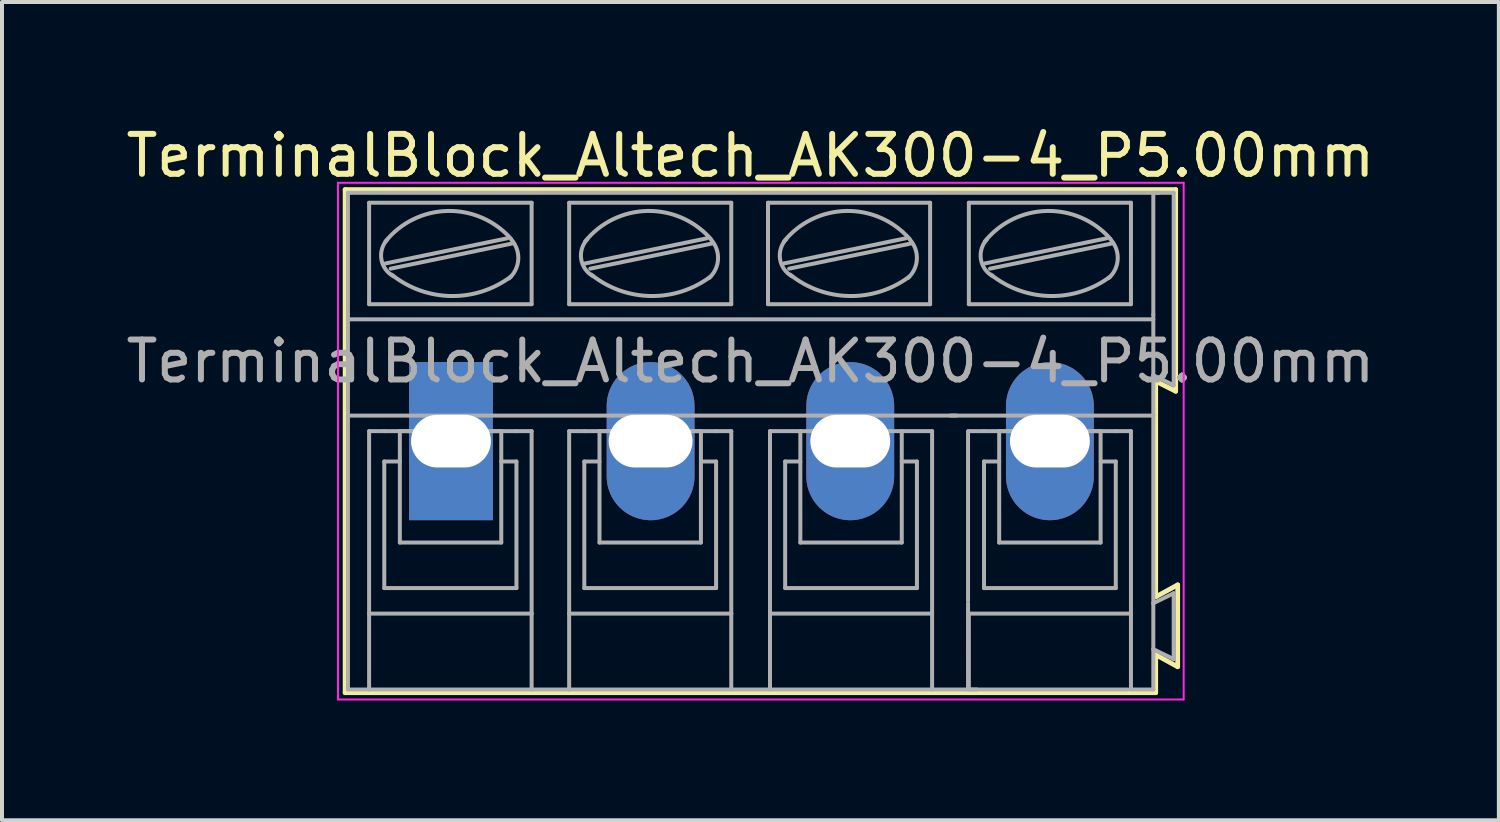
<source format=kicad_pcb>
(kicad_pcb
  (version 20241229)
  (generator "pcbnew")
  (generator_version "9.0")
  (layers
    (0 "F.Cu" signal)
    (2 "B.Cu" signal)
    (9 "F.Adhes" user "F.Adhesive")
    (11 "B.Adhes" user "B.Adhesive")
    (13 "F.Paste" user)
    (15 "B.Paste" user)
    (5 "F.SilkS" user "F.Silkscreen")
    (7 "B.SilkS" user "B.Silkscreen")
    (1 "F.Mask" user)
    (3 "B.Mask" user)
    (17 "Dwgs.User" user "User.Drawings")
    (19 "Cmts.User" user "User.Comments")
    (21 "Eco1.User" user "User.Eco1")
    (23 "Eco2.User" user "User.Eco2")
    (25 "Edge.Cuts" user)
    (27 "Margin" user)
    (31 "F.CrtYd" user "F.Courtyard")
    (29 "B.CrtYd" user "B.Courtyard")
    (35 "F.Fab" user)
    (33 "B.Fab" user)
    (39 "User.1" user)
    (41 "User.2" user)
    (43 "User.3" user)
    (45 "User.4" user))
  (footprint "TerminalBlock_Altech_AK300-4_P5.00mm"
    (layer "F.Cu")
    (at 8.244 7.998)
    (property "Reference" "TerminalBlock_Altech_AK300-4_P5.00mm" (at 7.5 -7.15 0) (layer "F.SilkS") (effects (font (size 1 1) (thickness 0.15))))
    (attr through_hole)
    (fp_line (start -2.65 -6.3) (end 18.15 -6.3) (stroke (width 0.12) (type solid)) (layer "F.SilkS"))
    (fp_line (start -2.65 6.3) (end -2.65 -6.3) (stroke (width 0.12) (type solid)) (layer "F.SilkS"))
    (fp_line (start 17.65 -1.5) (end 17.65 3.9) (stroke (width 0.12) (type solid)) (layer "F.SilkS"))
    (fp_line (start 17.65 3.9) (end 18.2 3.6) (stroke (width 0.12) (type solid)) (layer "F.SilkS"))
    (fp_line (start 17.65 5.35) (end 17.65 6.3) (stroke (width 0.12) (type solid)) (layer "F.SilkS"))
    (fp_line (start 17.65 6.3) (end -2.65 6.3) (stroke (width 0.12) (type solid)) (layer "F.SilkS"))
    (fp_line (start 18.15 -6.3) (end 18.15 -1.25) (stroke (width 0.12) (type solid)) (layer "F.SilkS"))
    (fp_line (start 18.15 -1.25) (end 17.65 -1.5) (stroke (width 0.12) (type solid)) (layer "F.SilkS"))
    (fp_line (start 18.2 3.6) (end 18.2 5.65) (stroke (width 0.12) (type solid)) (layer "F.SilkS"))
    (fp_line (start 18.2 5.65) (end 17.65 5.35) (stroke (width 0.12) (type solid)) (layer "F.SilkS"))
    (fp_line (start -2.83 -6.47) (end -2.83 6.47) (stroke (width 0.05) (type solid)) (layer "F.CrtYd"))
    (fp_line (start -2.83 -6.47) (end 18.35 -6.47) (stroke (width 0.05) (type solid)) (layer "F.CrtYd"))
    (fp_line (start 18.35 6.47) (end -2.83 6.47) (stroke (width 0.05) (type solid)) (layer "F.CrtYd"))
    (fp_line (start 18.35 6.47) (end 18.35 -6.47) (stroke (width 0.05) (type solid)) (layer "F.CrtYd"))
    (fp_line (start -2.58 -3.17) (end -2.58 -6.22) (stroke (width 0.1) (type solid)) (layer "F.Fab"))
    (fp_line (start -2.58 -0.64) (end -2.58 -3.17) (stroke (width 0.1) (type solid)) (layer "F.Fab"))
    (fp_line (start -2.58 6.22) (end -2.58 -0.64) (stroke (width 0.1) (type solid)) (layer "F.Fab"))
    (fp_line (start -2.58 6.22) (end -2.05 6.22) (stroke (width 0.1) (type solid)) (layer "F.Fab"))
    (fp_line (start -2.05 -3.43) (end -2.05 -5.97) (stroke (width 0.1) (type solid)) (layer "F.Fab"))
    (fp_line (start -2.05 -0.25) (end -2.05 4.32) (stroke (width 0.1) (type solid)) (layer "F.Fab"))
    (fp_line (start -2.05 -0.25) (end -1.67 -0.25) (stroke (width 0.1) (type solid)) (layer "F.Fab"))
    (fp_line (start -2.05 4.32) (end -2.05 6.22) (stroke (width 0.1) (type solid)) (layer "F.Fab"))
    (fp_line (start -2.05 6.22) (end 2.02 6.22) (stroke (width 0.1) (type solid)) (layer "F.Fab"))
    (fp_line (start -1.67 0.51) (end -1.28 0.51) (stroke (width 0.1) (type solid)) (layer "F.Fab"))
    (fp_line (start -1.67 3.68) (end -1.67 0.51) (stroke (width 0.1) (type solid)) (layer "F.Fab"))
    (fp_line (start -1.64 -4.45) (end 1.41 -5.08) (stroke (width 0.1) (type solid)) (layer "F.Fab"))
    (fp_line (start -1.51 -4.32) (end 1.53 -4.95) (stroke (width 0.1) (type solid)) (layer "F.Fab"))
    (fp_line (start -1.28 -0.25) (end 1.26 -0.25) (stroke (width 0.1) (type solid)) (layer "F.Fab"))
    (fp_line (start -1.28 2.54) (end -1.28 -0.25) (stroke (width 0.1) (type solid)) (layer "F.Fab"))
    (fp_line (start -1.28 2.54) (end 1.26 2.54) (stroke (width 0.1) (type solid)) (layer "F.Fab"))
    (fp_line (start 1.26 2.54) (end 1.26 -0.25) (stroke (width 0.1) (type solid)) (layer "F.Fab"))
    (fp_line (start 1.64 -0.25) (end -1.67 -0.25) (stroke (width 0.1) (type solid)) (layer "F.Fab"))
    (fp_line (start 1.64 0.51) (end 1.26 0.51) (stroke (width 0.1) (type solid)) (layer "F.Fab"))
    (fp_line (start 1.64 3.68) (end -1.67 3.68) (stroke (width 0.1) (type solid)) (layer "F.Fab"))
    (fp_line (start 1.64 3.68) (end 1.64 0.51) (stroke (width 0.1) (type solid)) (layer "F.Fab"))
    (fp_line (start 2.02 -5.97) (end -2.05 -5.97) (stroke (width 0.1) (type solid)) (layer "F.Fab"))
    (fp_line (start 2.02 -3.43) (end -2.05 -3.43) (stroke (width 0.1) (type solid)) (layer "F.Fab"))
    (fp_line (start 2.02 -3.43) (end 2.02 -5.97) (stroke (width 0.1) (type solid)) (layer "F.Fab"))
    (fp_line (start 2.02 -0.25) (end 1.64 -0.25) (stroke (width 0.1) (type solid)) (layer "F.Fab"))
    (fp_line (start 2.02 4.32) (end -2.05 4.32) (stroke (width 0.1) (type solid)) (layer "F.Fab"))
    (fp_line (start 2.02 4.32) (end 2.02 -0.25) (stroke (width 0.1) (type solid)) (layer "F.Fab"))
    (fp_line (start 2.02 6.22) (end 2.02 4.32) (stroke (width 0.1) (type solid)) (layer "F.Fab"))
    (fp_line (start 2.02 6.22) (end 2.96 6.22) (stroke (width 0.1) (type solid)) (layer "F.Fab"))
    (fp_line (start 2.96 -5.97) (end 7.02 -5.97) (stroke (width 0.1) (type solid)) (layer "F.Fab"))
    (fp_line (start 2.96 -3.43) (end 2.96 -5.97) (stroke (width 0.1) (type solid)) (layer "F.Fab"))
    (fp_line (start 2.96 -0.25) (end 3.34 -0.25) (stroke (width 0.1) (type solid)) (layer "F.Fab"))
    (fp_line (start 2.96 4.32) (end 2.96 -0.25) (stroke (width 0.1) (type solid)) (layer "F.Fab"))
    (fp_line (start 2.96 4.32) (end 7.02 4.32) (stroke (width 0.1) (type solid)) (layer "F.Fab"))
    (fp_line (start 2.96 6.22) (end 2.96 4.32) (stroke (width 0.1) (type solid)) (layer "F.Fab"))
    (fp_line (start 2.96 6.22) (end 7.02 6.22) (stroke (width 0.1) (type solid)) (layer "F.Fab"))
    (fp_line (start 3.34 -0.25) (end 6.64 -0.25) (stroke (width 0.1) (type solid)) (layer "F.Fab"))
    (fp_line (start 3.34 0.51) (end 3.72 0.51) (stroke (width 0.1) (type solid)) (layer "F.Fab"))
    (fp_line (start 3.34 3.68) (end 3.34 0.51) (stroke (width 0.1) (type solid)) (layer "F.Fab"))
    (fp_line (start 3.36 -4.45) (end 6.41 -5.08) (stroke (width 0.1) (type solid)) (layer "F.Fab"))
    (fp_line (start 3.49 -4.32) (end 6.54 -4.95) (stroke (width 0.1) (type solid)) (layer "F.Fab"))
    (fp_line (start 3.72 -0.25) (end 6.26 -0.25) (stroke (width 0.1) (type solid)) (layer "F.Fab"))
    (fp_line (start 3.72 2.54) (end 3.72 -0.25) (stroke (width 0.1) (type solid)) (layer "F.Fab"))
    (fp_line (start 3.72 2.54) (end 6.26 2.54) (stroke (width 0.1) (type solid)) (layer "F.Fab"))
    (fp_line (start 6.26 2.54) (end 6.26 -0.25) (stroke (width 0.1) (type solid)) (layer "F.Fab"))
    (fp_line (start 6.64 0.51) (end 6.26 0.51) (stroke (width 0.1) (type solid)) (layer "F.Fab"))
    (fp_line (start 6.64 3.68) (end 3.34 3.68) (stroke (width 0.1) (type solid)) (layer "F.Fab"))
    (fp_line (start 6.64 3.68) (end 6.64 0.51) (stroke (width 0.1) (type solid)) (layer "F.Fab"))
    (fp_line (start 7.02 -5.97) (end 7.02 -3.43) (stroke (width 0.1) (type solid)) (layer "F.Fab"))
    (fp_line (start 7.02 -3.43) (end 2.96 -3.43) (stroke (width 0.1) (type solid)) (layer "F.Fab"))
    (fp_line (start 7.02 -0.25) (end 6.64 -0.25) (stroke (width 0.1) (type solid)) (layer "F.Fab"))
    (fp_line (start 7.02 -0.25) (end 7.02 4.32) (stroke (width 0.1) (type solid)) (layer "F.Fab"))
    (fp_line (start 7.02 4.32) (end 7.02 6.22) (stroke (width 0.1) (type solid)) (layer "F.Fab"))
    (fp_line (start 7.94 -5.97) (end 12 -5.97) (stroke (width 0.1) (type solid)) (layer "F.Fab"))
    (fp_line (start 7.94 -3.43) (end 7.94 -5.97) (stroke (width 0.1) (type solid)) (layer "F.Fab"))
    (fp_line (start 7.99 -0.25) (end 12.05 -0.25) (stroke (width 0.1) (type solid)) (layer "F.Fab"))
    (fp_line (start 7.99 4.32) (end 12.05 4.32) (stroke (width 0.1) (type solid)) (layer "F.Fab"))
    (fp_line (start 7.99 6.22) (end 7.99 -0.25) (stroke (width 0.1) (type solid)) (layer "F.Fab"))
    (fp_line (start 8.34 -4.45) (end 11.39 -5.08) (stroke (width 0.1) (type solid)) (layer "F.Fab"))
    (fp_line (start 8.37 0.51) (end 8.37 3.68) (stroke (width 0.1) (type solid)) (layer "F.Fab"))
    (fp_line (start 8.37 0.51) (end 8.75 0.51) (stroke (width 0.1) (type solid)) (layer "F.Fab"))
    (fp_line (start 8.37 3.68) (end 11.67 3.68) (stroke (width 0.1) (type solid)) (layer "F.Fab"))
    (fp_line (start 8.47 -4.32) (end 11.52 -4.95) (stroke (width 0.1) (type solid)) (layer "F.Fab"))
    (fp_line (start 8.75 -0.25) (end 8.75 2.54) (stroke (width 0.1) (type solid)) (layer "F.Fab"))
    (fp_line (start 8.75 2.54) (end 11.29 2.54) (stroke (width 0.1) (type solid)) (layer "F.Fab"))
    (fp_line (start 11.29 2.54) (end 11.29 -0.25) (stroke (width 0.1) (type solid)) (layer "F.Fab"))
    (fp_line (start 11.67 0.51) (end 11.29 0.51) (stroke (width 0.1) (type solid)) (layer "F.Fab"))
    (fp_line (start 11.67 3.68) (end 11.67 0.51) (stroke (width 0.1) (type solid)) (layer "F.Fab"))
    (fp_line (start 12 -5.97) (end 12 -3.43) (stroke (width 0.1) (type solid)) (layer "F.Fab"))
    (fp_line (start 12 -3.43) (end 7.94 -3.43) (stroke (width 0.1) (type solid)) (layer "F.Fab"))
    (fp_line (start 12.05 6.22) (end 12.05 -0.25) (stroke (width 0.1) (type solid)) (layer "F.Fab"))
    (fp_line (start 12.51 -0.64) (end 17.59 -0.64) (stroke (width 0.1) (type solid)) (layer "F.Fab"))
    (fp_line (start 12.66 -0.64) (end -2.52 -0.64) (stroke (width 0.1) (type solid)) (layer "F.Fab"))
    (fp_line (start 12.95 4) (end 12.95 -0.25) (stroke (width 0.1) (type solid)) (layer "F.Fab"))
    (fp_line (start 12.95 4.06) (end 12.95 5.21) (stroke (width 0.1) (type solid)) (layer "F.Fab"))
    (fp_line (start 12.95 5.21) (end 12.95 6.22) (stroke (width 0.1) (type solid)) (layer "F.Fab"))
    (fp_line (start 12.97 -5.97) (end 17.03 -5.97) (stroke (width 0.1) (type solid)) (layer "F.Fab"))
    (fp_line (start 12.97 -3.43) (end 12.97 -5.97) (stroke (width 0.1) (type solid)) (layer "F.Fab"))
    (fp_line (start 12.97 -0.25) (end 13.35 -0.25) (stroke (width 0.1) (type solid)) (layer "F.Fab"))
    (fp_line (start 12.97 4.32) (end 17.03 4.32) (stroke (width 0.1) (type solid)) (layer "F.Fab"))
    (fp_line (start 12.97 6.22) (end 12.97 4.32) (stroke (width 0.1) (type solid)) (layer "F.Fab"))
    (fp_line (start 13.17 6.22) (end 7.07 6.22) (stroke (width 0.1) (type solid)) (layer "F.Fab"))
    (fp_line (start 13.35 -0.25) (end 16.65 -0.25) (stroke (width 0.1) (type solid)) (layer "F.Fab"))
    (fp_line (start 13.35 0.51) (end 13.73 0.51) (stroke (width 0.1) (type solid)) (layer "F.Fab"))
    (fp_line (start 13.35 3.68) (end 13.35 0.51) (stroke (width 0.1) (type solid)) (layer "F.Fab"))
    (fp_line (start 13.37 -4.45) (end 16.42 -5.08) (stroke (width 0.1) (type solid)) (layer "F.Fab"))
    (fp_line (start 13.5 -4.32) (end 16.55 -4.95) (stroke (width 0.1) (type solid)) (layer "F.Fab"))
    (fp_line (start 13.73 -0.25) (end 16.27 -0.25) (stroke (width 0.1) (type solid)) (layer "F.Fab"))
    (fp_line (start 13.73 2.54) (end 13.73 -0.25) (stroke (width 0.1) (type solid)) (layer "F.Fab"))
    (fp_line (start 13.73 2.54) (end 16.27 2.54) (stroke (width 0.1) (type solid)) (layer "F.Fab"))
    (fp_line (start 16.27 2.54) (end 16.27 -0.25) (stroke (width 0.1) (type solid)) (layer "F.Fab"))
    (fp_line (start 16.65 0.51) (end 16.27 0.51) (stroke (width 0.1) (type solid)) (layer "F.Fab"))
    (fp_line (start 16.65 3.68) (end 13.35 3.68) (stroke (width 0.1) (type solid)) (layer "F.Fab"))
    (fp_line (start 16.65 3.68) (end 16.65 0.51) (stroke (width 0.1) (type solid)) (layer "F.Fab"))
    (fp_line (start 16.95 6.22) (end 13.02 6.22) (stroke (width 0.1) (type solid)) (layer "F.Fab"))
    (fp_line (start 17.03 -5.97) (end 17.03 -3.43) (stroke (width 0.1) (type solid)) (layer "F.Fab"))
    (fp_line (start 17.03 -3.43) (end 12.97 -3.43) (stroke (width 0.1) (type solid)) (layer "F.Fab"))
    (fp_line (start 17.03 -0.25) (end 16.65 -0.25) (stroke (width 0.1) (type solid)) (layer "F.Fab"))
    (fp_line (start 17.03 -0.25) (end 17.03 4.32) (stroke (width 0.1) (type solid)) (layer "F.Fab"))
    (fp_line (start 17.03 4.32) (end 17.03 6.22) (stroke (width 0.1) (type solid)) (layer "F.Fab"))
    (fp_line (start 17.03 6.22) (end 17.59 6.22) (stroke (width 0.1) (type solid)) (layer "F.Fab"))
    (fp_line (start 17.59 -6.22) (end 17.59 -3.17) (stroke (width 0.1) (type solid)) (layer "F.Fab"))
    (fp_line (start 17.59 -6.22) (end 18.1 -6.22) (stroke (width 0.1) (type solid)) (layer "F.Fab"))
    (fp_line (start 17.59 -3.17) (end 17.59 -1.65) (stroke (width 0.1) (type solid)) (layer "F.Fab"))
    (fp_line (start 17.59 -3.05) (end -2.58 -3.05) (stroke (width 0.1) (type solid)) (layer "F.Fab"))
    (fp_line (start 17.59 -1.65) (end 17.59 -0.64) (stroke (width 0.1) (type solid)) (layer "F.Fab"))
    (fp_line (start 17.59 -0.64) (end 17.59 4.06) (stroke (width 0.1) (type solid)) (layer "F.Fab"))
    (fp_line (start 17.59 4.06) (end 17.59 5.21) (stroke (width 0.1) (type solid)) (layer "F.Fab"))
    (fp_line (start 17.59 5.21) (end 17.59 6.22) (stroke (width 0.1) (type solid)) (layer "F.Fab"))
    (fp_line (start 17.74 -6.22) (end -2.58 -6.22) (stroke (width 0.1) (type solid)) (layer "F.Fab"))
    (fp_line (start 18.1 -6.22) (end 18.1 -1.4) (stroke (width 0.1) (type solid)) (layer "F.Fab"))
    (fp_line (start 18.1 -1.4) (end 17.59 -1.65) (stroke (width 0.1) (type solid)) (layer "F.Fab"))
    (fp_line (start 18.1 3.81) (end 17.59 4.06) (stroke (width 0.1) (type solid)) (layer "F.Fab"))
    (fp_line (start 18.1 3.81) (end 18.1 5.46) (stroke (width 0.1) (type solid)) (layer "F.Fab"))
    (fp_line (start 18.1 5.46) (end 17.59 5.21) (stroke (width 0.1) (type solid)) (layer "F.Fab"))
    (fp_arc (start -1.64 -5) (mid -0.080263 -5.764867) (end 1.508239 -5.061686) (stroke (width 0.1) (type solid)) (layer "F.Fab"))
    (fp_arc (start -1.44 -4.13) (mid -1.742324 -4.551515) (end -1.595426 -5.049005) (stroke (width 0.1) (type solid)) (layer "F.Fab"))
    (fp_arc (start 1.5 -4.12) (mid 0.000583 -3.634318) (end -1.482333 -4.168263) (stroke (width 0.1) (type solid)) (layer "F.Fab"))
    (fp_arc (start 1.51 -5.05) (mid 1.685733 -4.551652) (end 1.455532 -4.076005) (stroke (width 0.1) (type solid)) (layer "F.Fab"))
    (fp_arc (start 3.36 -5) (mid 4.919737 -5.764867) (end 6.508239 -5.061686) (stroke (width 0.1) (type solid)) (layer "F.Fab"))
    (fp_arc (start 3.56 -4.13) (mid 3.261534 -4.559406) (end 3.417028 -5.058699) (stroke (width 0.1) (type solid)) (layer "F.Fab"))
    (fp_arc (start 6.5 -4.12) (mid 5.000583 -3.634318) (end 3.517667 -4.168263) (stroke (width 0.1) (type solid)) (layer "F.Fab"))
    (fp_arc (start 6.51 -5.05) (mid 6.688693 -4.558754) (end 6.465619 -4.086005) (stroke (width 0.1) (type solid)) (layer "F.Fab"))
    (fp_arc (start 8.34 -5) (mid 9.899737 -5.764867) (end 11.488239 -5.061686) (stroke (width 0.1) (type solid)) (layer "F.Fab"))
    (fp_arc (start 8.54 -4.13) (mid 8.241534 -4.559406) (end 8.397028 -5.058699) (stroke (width 0.1) (type solid)) (layer "F.Fab"))
    (fp_arc (start 11.48 -4.12) (mid 9.980583 -3.634318) (end 8.497667 -4.168263) (stroke (width 0.1) (type solid)) (layer "F.Fab"))
    (fp_arc (start 11.49 -5.05) (mid 11.668693 -4.558754) (end 11.445619 -4.086005) (stroke (width 0.1) (type solid)) (layer "F.Fab"))
    (fp_arc (start 13.37 -5) (mid 14.929737 -5.764867) (end 16.518239 -5.061686) (stroke (width 0.1) (type solid)) (layer "F.Fab"))
    (fp_arc (start 13.57 -4.13) (mid 13.271534 -4.559406) (end 13.427028 -5.058699) (stroke (width 0.1) (type solid)) (layer "F.Fab"))
    (fp_arc (start 16.51 -4.12) (mid 15.010583 -3.634318) (end 13.527667 -4.168263) (stroke (width 0.1) (type solid)) (layer "F.Fab"))
    (fp_arc (start 16.52 -5.05) (mid 16.698693 -4.558754) (end 16.475619 -4.086005) (stroke (width 0.1) (type solid)) (layer "F.Fab"))
    (fp_text user "${REFERENCE}" (at 7.5 -2 0) (layer "F.Fab") (effects (font (size 1 1) (thickness 0.15))))
    (pad "1" thru_hole rect (at 0 0) (size 2.1 3.96) (drill oval 2 1.32) (layers "*.Cu" "*.Mask"))
    (pad "2" thru_hole oval (at 5 0) (size 2.2 3.96) (drill oval 2.1 1.32) (layers "*.Cu" "*.Mask"))
    (pad "3" thru_hole oval (at 10 0) (size 2.2 3.96) (drill oval 2 1.32) (layers "*.Cu" "*.Mask"))
    (pad "4" thru_hole oval (at 15 0) (size 2.2 3.96) (drill oval 2 1.32) (layers "*.Cu" "*.Mask")))
  (gr_rect
    (start -3 -3)
    (end 34.488 17.493)
    (stroke (width 0.1) (type default))
    (fill no)
    (layer "Edge.Cuts")))
</source>
